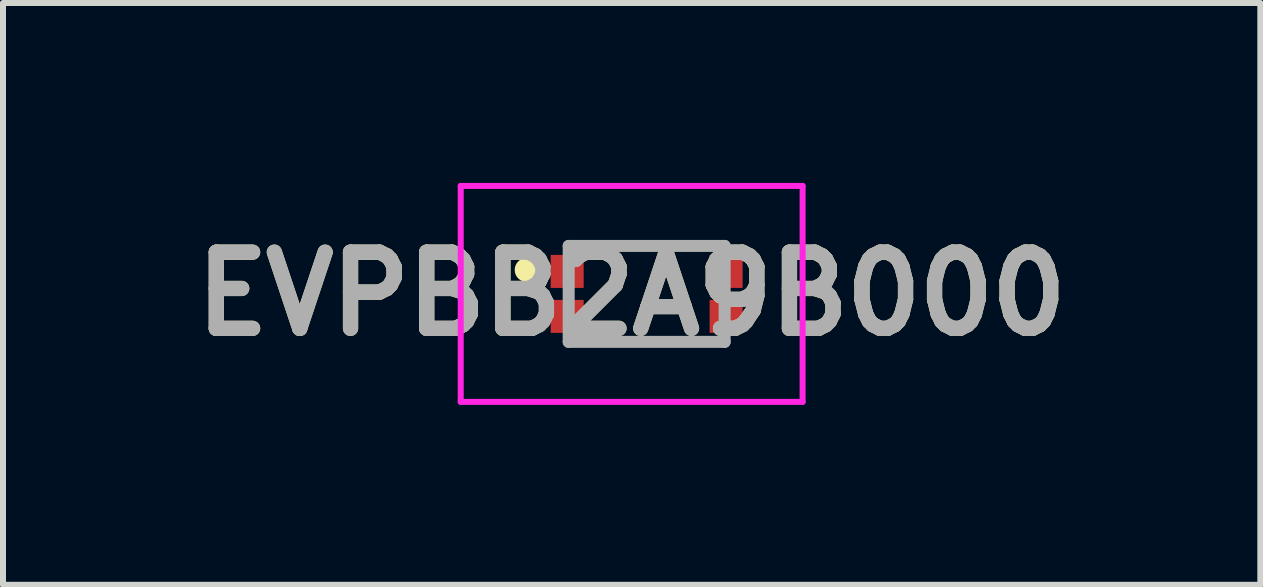
<source format=kicad_pcb>
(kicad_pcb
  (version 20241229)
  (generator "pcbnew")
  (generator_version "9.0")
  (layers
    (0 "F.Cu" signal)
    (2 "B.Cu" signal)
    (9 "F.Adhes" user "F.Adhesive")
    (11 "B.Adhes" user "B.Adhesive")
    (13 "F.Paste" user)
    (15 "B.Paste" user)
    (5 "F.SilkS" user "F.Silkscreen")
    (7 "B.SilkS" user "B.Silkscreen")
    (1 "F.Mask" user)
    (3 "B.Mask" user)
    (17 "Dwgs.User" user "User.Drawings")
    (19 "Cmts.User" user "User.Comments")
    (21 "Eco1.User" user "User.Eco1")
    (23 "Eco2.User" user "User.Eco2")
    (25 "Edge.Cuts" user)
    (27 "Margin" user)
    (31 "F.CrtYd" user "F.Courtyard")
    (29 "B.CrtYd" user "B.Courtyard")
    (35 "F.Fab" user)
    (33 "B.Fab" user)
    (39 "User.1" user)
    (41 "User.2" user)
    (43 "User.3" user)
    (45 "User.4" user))
  (footprint "EVPBB2A9B000"
    (layer "F.Cu")
    (at 7.481 1.85)
    (property "Reference" "EVPBB2A9B000" (at 0 0 0) (layer "F.SilkS") (effects (font (size 1.27 1.27) (thickness 0.254))))
    (attr smd)
    (fp_line (start -1.75 -0.5) (end -1.75 -0.5) (stroke (width 0.2) (type solid)) (layer "F.SilkS"))
    (fp_line (start -1.75 -0.3) (end -1.75 -0.3) (stroke (width 0.2) (type solid)) (layer "F.SilkS"))
    (fp_line (start -1.075 0.8) (end 1.575 0.8) (stroke (width 0.1) (type solid)) (layer "F.SilkS"))
    (fp_line (start -1.05 -0.8) (end 1.55 -0.8) (stroke (width 0.1) (type solid)) (layer "F.SilkS"))
    (fp_arc (start -1.75 -0.5) (mid -1.65 -0.4) (end -1.75 -0.3) (stroke (width 0.2) (type solid)) (layer "F.SilkS"))
    (fp_arc (start -1.75 -0.3) (mid -1.85 -0.4) (end -1.75 -0.5) (stroke (width 0.2) (type solid)) (layer "F.SilkS"))
    (fp_line (start -2.85 -1.8) (end 2.85 -1.8) (stroke (width 0.1) (type solid)) (layer "F.CrtYd"))
    (fp_line (start -2.85 1.8) (end -2.85 -1.8) (stroke (width 0.1) (type solid)) (layer "F.CrtYd"))
    (fp_line (start 2.85 -1.8) (end 2.85 1.8) (stroke (width 0.1) (type solid)) (layer "F.CrtYd"))
    (fp_line (start 2.85 1.8) (end -2.85 1.8) (stroke (width 0.1) (type solid)) (layer "F.CrtYd"))
    (fp_line (start -1.05 -0.8) (end 1.55 -0.8) (stroke (width 0.2) (type solid)) (layer "F.Fab"))
    (fp_line (start -1.05 0.8) (end -1.05 -0.8) (stroke (width 0.2) (type solid)) (layer "F.Fab"))
    (fp_line (start 1.55 -0.8) (end 1.55 0.8) (stroke (width 0.2) (type solid)) (layer "F.Fab"))
    (fp_line (start 1.55 0.8) (end -1.05 0.8) (stroke (width 0.2) (type solid)) (layer "F.Fab"))
    (fp_text user "${REFERENCE}" (at 0 0 0) (layer "F.Fab") (effects (font (size 1.27 1.27) (thickness 0.254))))
    (pad "1" smd rect (at -1.075 -0.375 90) (size 0.55 0.55) (layers "F.Cu" "F.Mask" "F.Paste"))
    (pad "2" smd rect (at -1.075 0.375 90) (size 0.55 0.55) (layers "F.Cu" "F.Mask" "F.Paste"))
    (pad "3" smd rect (at 1.575 0.375 90) (size 0.55 0.55) (layers "F.Cu" "F.Mask" "F.Paste"))
    (pad "4" smd rect (at 1.575 -0.375 90) (size 0.55 0.55) (layers "F.Cu" "F.Mask" "F.Paste")))
  (gr_rect
    (start -3 -3)
    (end 17.962 6.7)
    (stroke (width 0.1) (type default))
    (fill no)
    (layer "Edge.Cuts")))
</source>
